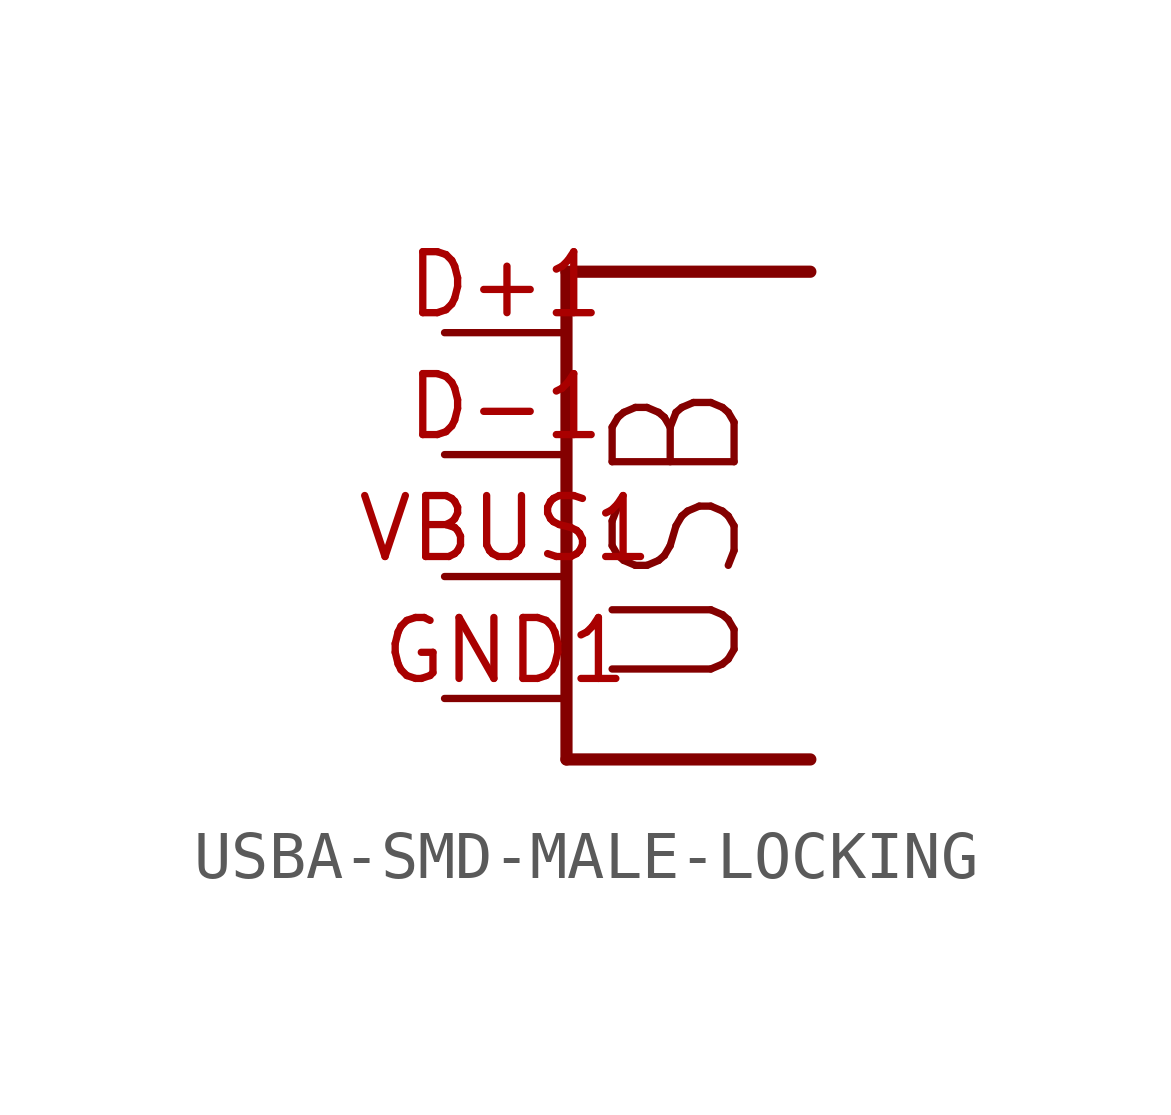
<source format=kicad_sym>
(kicad_symbol_lib
  (version 20231120)
  (generator "kicad_symbol_editor")
  (generator_version "8.0")
  (symbol "USBA-SMD-MALE-LOCKING"
    (property "Reference" "JP"
      (at 0 0 0)
      (effects (font (size 1.27 1.27)) (hide yes)))
    (property "ki_locked" ""
      (at 0 0 0)
      (effects (font (size 1.27 1.27))))
    (symbol "USBA-SMD-MALE-LOCKING_1_0"
      (polyline (pts (xy 0 -1.27) (xy 5.08 -1.27)) (stroke (width 0.254) (type solid)) (fill (type none)))
      (polyline (pts (xy 0 8.89) (xy 0 -1.27)) (stroke (width 0.254) (type solid)) (fill (type none)))
      (polyline (pts (xy 5.08 8.89) (xy 0 8.89)) (stroke (width 0.254) (type solid)) (fill (type none)))
      (text "USB" (at 3.81 0 900) (effects (font (size 2.54 2.159)) (justify left bottom)))
      (pin bidirectional line (at -2.54 7.62 0) (length 2.54) (name "D+" (effects (font (size 0 0)))) (number "D+1" (effects (font (size 1.27 1.27)))))
      (pin bidirectional line (at -2.54 5.08 0) (length 2.54) (name "D-" (effects (font (size 0 0)))) (number "D-1" (effects (font (size 1.27 1.27)))))
      (pin bidirectional line (at -2.54 0 0) (length 2.54) (name "GND" (effects (font (size 0 0)))) (number "GND1" (effects (font (size 1.27 1.27)))))
      (pin bidirectional line (at -2.54 2.54 0) (length 2.54) (name "VBUS" (effects (font (size 0 0)))) (number "VBUS1" (effects (font (size 1.27 1.27))))))))
</source>
